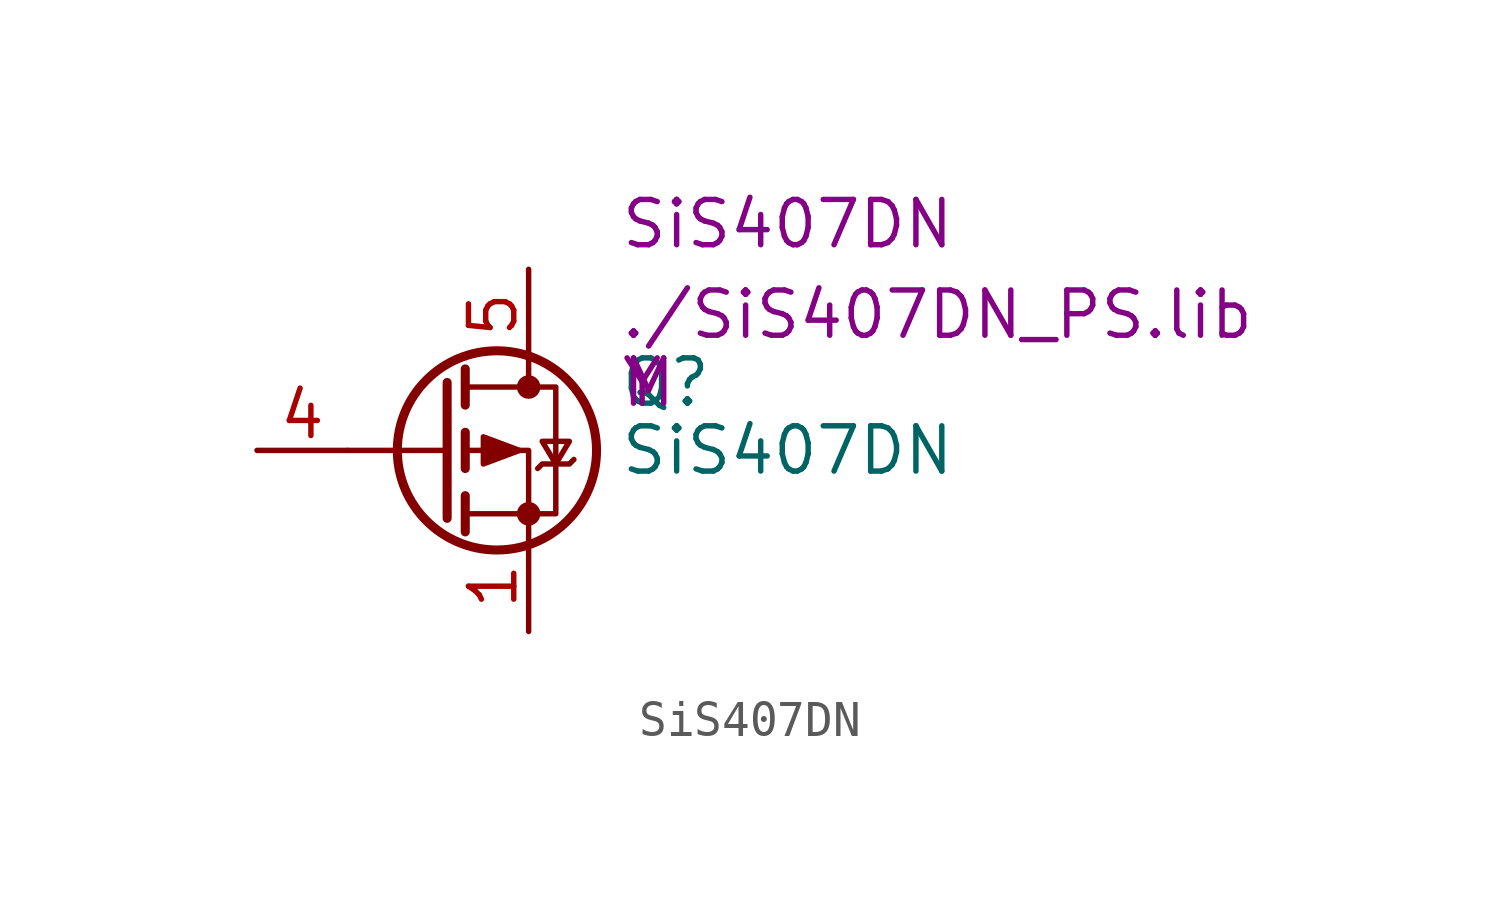
<source format=kicad_sym>
(kicad_symbol_lib
  (version 20211014)
  (generator kicad_symbol_editor)
  (symbol "SiS407DN"
    (pin_names hide)
    (property "Reference" "Q"
      (at 5.08 1.905 0)
      (effects (font (size 1.27 1.27)) (justify left)))
    (property "Value" "SiS407DN"
      (at 5.08 0 0)
      (effects (font (size 1.27 1.27)) (justify left)))
    (property "Spice_Primitive" "M"
      (at 5.08 1.905 0)
      (effects (font (size 1.27 1.27)) (justify left)))
    (property "Spice_Model" "SiS407DN"
      (at 5.08 6.35 0)
      (effects (font (size 1.27 1.27)) (justify left)))
    (property "Spice_Netlist_Enabled" "Y"
      (at 5.08 1.905 0)
      (effects (font (size 1.27 1.27)) (justify left)))
    (property "Spice_Lib_File" "./SiS407DN_PS.lib"
      (at 5.08 3.81 0)
      (effects (font (size 1.27 1.27)) (justify left)))
    (symbol "SiS407DN_0_1"
      (polyline (pts (xy 0.254 0) (xy -2.54 0)) (stroke (width 0) (type default) (color 0 0 0 0)) (fill (type none)))
      (polyline (pts (xy 0.254 1.905) (xy 0.254 -1.905)) (stroke (width 0.254) (type default) (color 0 0 0 0)) (fill (type none)))
      (polyline (pts (xy 0.762 -1.27) (xy 0.762 -2.286)) (stroke (width 0.254) (type default) (color 0 0 0 0)) (fill (type none)))
      (polyline (pts (xy 0.762 0.508) (xy 0.762 -0.508)) (stroke (width 0.254) (type default) (color 0 0 0 0)) (fill (type none)))
      (polyline (pts (xy 0.762 2.286) (xy 0.762 1.27)) (stroke (width 0.254) (type default) (color 0 0 0 0)) (fill (type none)))
      (polyline (pts (xy 2.54 2.54) (xy 2.54 1.778)) (stroke (width 0) (type default) (color 0 0 0 0)) (fill (type none)))
      (polyline (pts (xy 2.54 -2.54) (xy 2.54 0) (xy 0.762 0)) (stroke (width 0) (type default) (color 0 0 0 0)) (fill (type none)))
      (polyline (pts (xy 0.762 1.778) (xy 3.302 1.778) (xy 3.302 -1.778) (xy 0.762 -1.778)) (stroke (width 0) (type default) (color 0 0 0 0)) (fill (type none)))
      (polyline (pts (xy 2.286 0) (xy 1.27 0.381) (xy 1.27 -0.381) (xy 2.286 0)) (stroke (width 0) (type default) (color 0 0 0 0)) (fill (type outline)))
      (polyline (pts (xy 2.794 -0.508) (xy 2.921 -0.381) (xy 3.683 -0.381) (xy 3.81 -0.254)) (stroke (width 0) (type default) (color 0 0 0 0)) (fill (type none)))
      (polyline (pts (xy 3.302 -0.381) (xy 2.921 0.254) (xy 3.683 0.254) (xy 3.302 -0.381)) (stroke (width 0) (type default) (color 0 0 0 0)) (fill (type none)))
      (circle (center 1.651 0) (radius 2.794) (stroke (width 0.254) (type default) (color 0 0 0 0)) (fill (type none)))
      (circle (center 2.54 -1.778) (radius 0.254) (stroke (width 0) (type default) (color 0 0 0 0)) (fill (type outline)))
      (circle (center 2.54 1.778) (radius 0.254) (stroke (width 0) (type default) (color 0 0 0 0)) (fill (type outline))))
    (symbol "SiS407DN_1_1"
      (pin passive line (at 2.54 -5.08 90) (length 2.54) (name "S" (effects (font (size 1.27 1.27)))) (number "1" (effects (font (size 1.27 1.27)))))
      (pin passive line (at 2.54 -5.08 90) (length 2.54) hide (name "S" (effects (font (size 1.27 1.27)))) (number "2" (effects (font (size 1.27 1.27)))))
      (pin passive line (at 2.54 -5.08 90) (length 2.54) hide (name "S" (effects (font (size 1.27 1.27)))) (number "3" (effects (font (size 1.27 1.27)))))
      (pin passive line (at -5.08 0 0) (length 2.54) (name "G" (effects (font (size 1.27 1.27)))) (number "4" (effects (font (size 1.27 1.27)))))
      (pin passive line (at 2.54 5.08 270) (length 2.54) (name "D" (effects (font (size 1.27 1.27)))) (number "5" (effects (font (size 1.27 1.27))))))))
</source>
